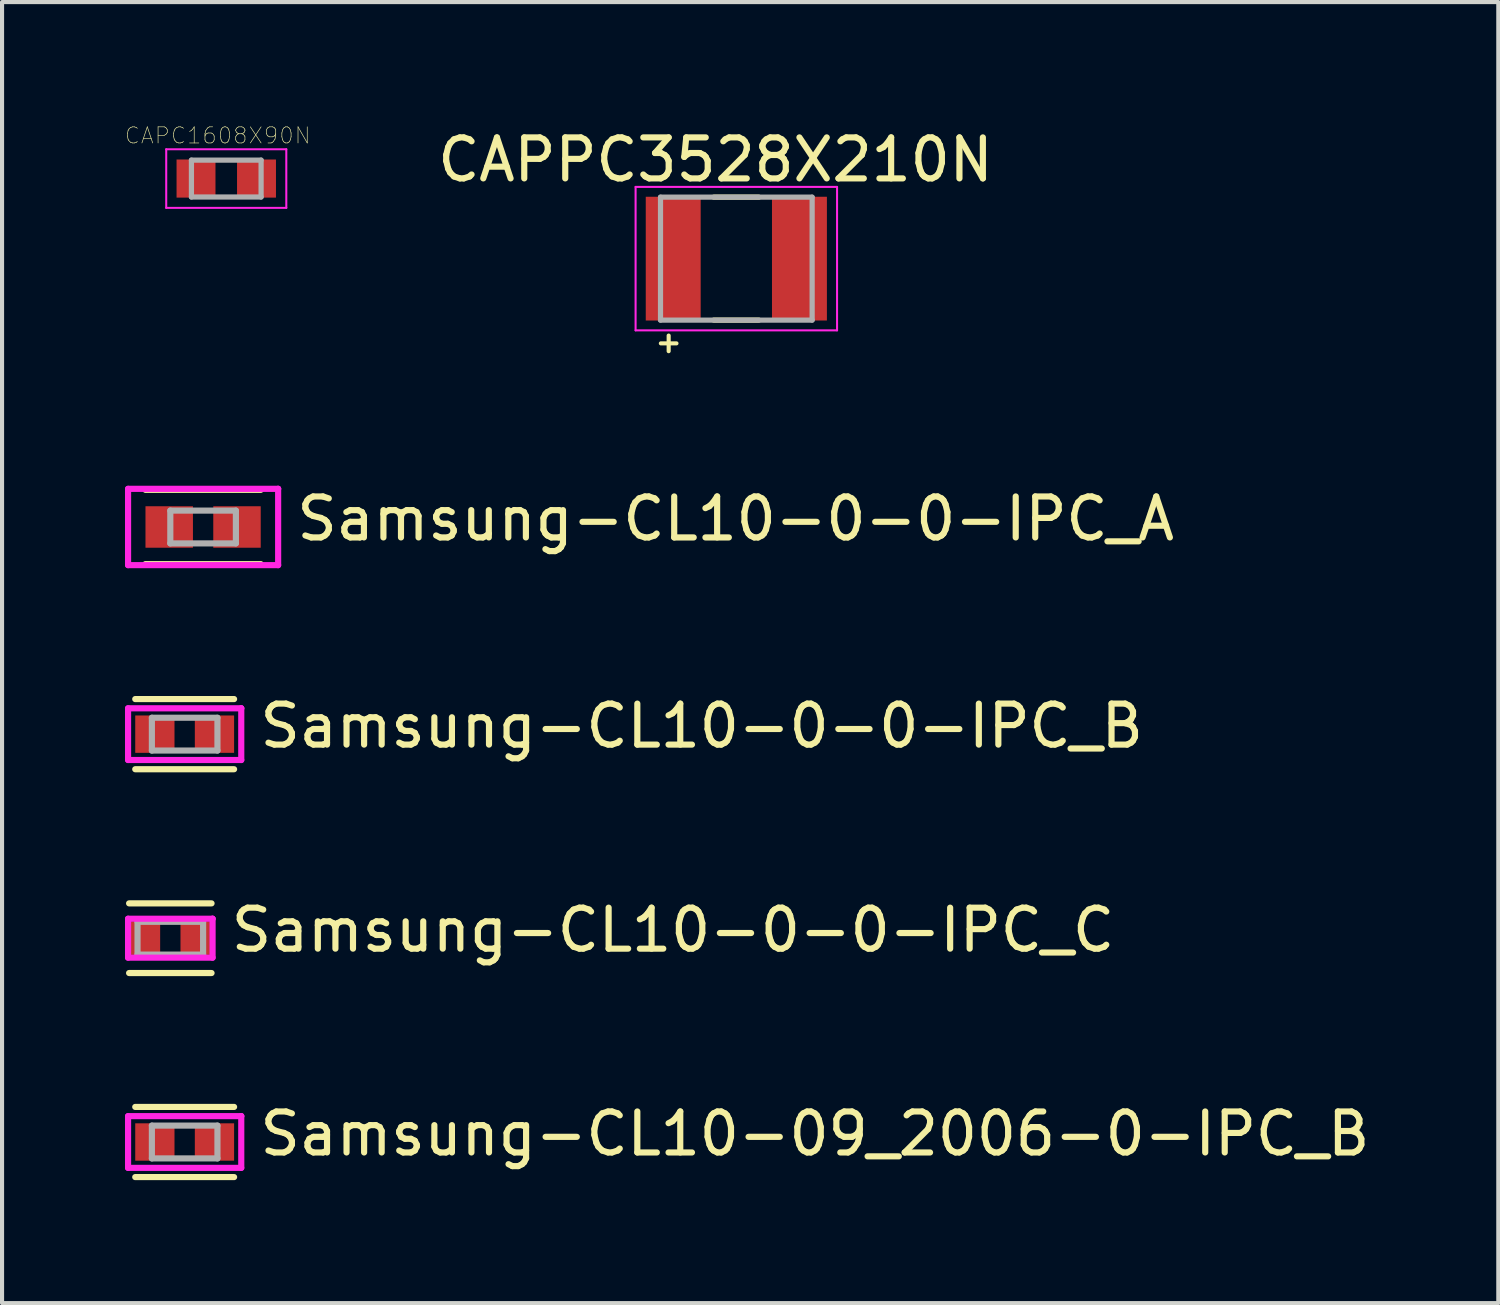
<source format=kicad_pcb>
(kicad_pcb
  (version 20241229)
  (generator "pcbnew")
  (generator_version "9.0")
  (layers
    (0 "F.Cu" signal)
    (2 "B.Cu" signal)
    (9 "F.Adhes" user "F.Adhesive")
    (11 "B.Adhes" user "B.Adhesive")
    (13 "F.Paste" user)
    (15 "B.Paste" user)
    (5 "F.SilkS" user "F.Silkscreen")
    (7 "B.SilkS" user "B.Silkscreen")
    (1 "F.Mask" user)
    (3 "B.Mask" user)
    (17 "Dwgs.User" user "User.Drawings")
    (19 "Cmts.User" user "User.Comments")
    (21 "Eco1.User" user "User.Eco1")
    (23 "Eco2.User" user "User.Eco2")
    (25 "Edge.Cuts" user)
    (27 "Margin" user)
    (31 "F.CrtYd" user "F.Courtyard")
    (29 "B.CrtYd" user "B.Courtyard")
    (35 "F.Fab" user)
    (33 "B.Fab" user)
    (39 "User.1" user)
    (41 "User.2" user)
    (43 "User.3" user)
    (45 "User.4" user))
  (footprint "Samsung-CL10-09_2006-0-IPC_B"
    (layer "F.Cu")
    (at 1.456 24.816)
    (property "Reference" "Samsung-CL10-09_2006-0-IPC_B" (at 1.756 -0.2 0) (layer "F.SilkS") (effects (font (size 1 1) (thickness 0.15)) (justify left)))
    (attr through_hole)
    (fp_line (start -1.206 -0.856) (end 1.206 -0.856) (stroke (width 0.15) (type solid)) (layer "F.SilkS"))
    (fp_line (start -1.206 0.856) (end 1.206 0.856) (stroke (width 0.15) (type solid)) (layer "F.SilkS"))
    (fp_line (start -1.381 -0.631) (end -1.381 0.631) (stroke (width 0.15) (type solid)) (layer "F.CrtYd"))
    (fp_line (start -1.381 0.631) (end 1.381 0.631) (stroke (width 0.15) (type solid)) (layer "F.CrtYd"))
    (fp_line (start 1.381 -0.631) (end -1.381 -0.631) (stroke (width 0.15) (type solid)) (layer "F.CrtYd"))
    (fp_line (start 1.381 -0.631) (end 1.381 -0.631) (stroke (width 0.15) (type solid)) (layer "F.CrtYd"))
    (fp_line (start 1.381 0.631) (end 1.381 -0.631) (stroke (width 0.15) (type solid)) (layer "F.CrtYd"))
    (fp_line (start -0.8 -0.4) (end 0.8 -0.4) (stroke (width 0.15) (type solid)) (layer "F.Fab"))
    (fp_line (start -0.8 0.4) (end -0.8 -0.4) (stroke (width 0.15) (type solid)) (layer "F.Fab"))
    (fp_line (start 0.8 -0.4) (end 0.8 0.4) (stroke (width 0.15) (type solid)) (layer "F.Fab"))
    (fp_line (start 0.8 0.4) (end -0.8 0.4) (stroke (width 0.15) (type solid)) (layer "F.Fab"))
    (pad "1" smd rect (at -0.727 0) (size 0.958 0.912) (layers "F.Cu" "F.Mask" "F.Paste"))
    (pad "2" smd rect (at 0.727 0) (size 0.958 0.912) (layers "F.Cu" "F.Mask" "F.Paste")))
  (footprint "Samsung-CL10-0-0-IPC_A"
    (layer "F.Cu")
    (at 1.906 9.809)
    (property "Reference" "Samsung-CL10-0-0-IPC_A" (at 2.206 -0.2 0) (layer "F.SilkS") (effects (font (size 1 1) (thickness 0.15)) (justify left)))
    (attr through_hole)
    (fp_line (start -1.406 -0.906) (end 1.406 -0.906) (stroke (width 0.15) (type solid)) (layer "F.SilkS"))
    (fp_line (start -1.406 0.906) (end 1.406 0.906) (stroke (width 0.15) (type solid)) (layer "F.SilkS"))
    (fp_line (start -1.831 -0.931) (end -1.831 0.931) (stroke (width 0.15) (type solid)) (layer "F.CrtYd"))
    (fp_line (start -1.831 0.931) (end 1.831 0.931) (stroke (width 0.15) (type solid)) (layer "F.CrtYd"))
    (fp_line (start 1.831 -0.931) (end -1.831 -0.931) (stroke (width 0.15) (type solid)) (layer "F.CrtYd"))
    (fp_line (start 1.831 -0.931) (end 1.831 -0.931) (stroke (width 0.15) (type solid)) (layer "F.CrtYd"))
    (fp_line (start 1.831 0.931) (end 1.831 -0.931) (stroke (width 0.15) (type solid)) (layer "F.CrtYd"))
    (fp_line (start -0.8 -0.4) (end 0.8 -0.4) (stroke (width 0.15) (type solid)) (layer "F.Fab"))
    (fp_line (start -0.8 0.4) (end -0.8 -0.4) (stroke (width 0.15) (type solid)) (layer "F.Fab"))
    (fp_line (start 0.8 -0.4) (end 0.8 0.4) (stroke (width 0.15) (type solid)) (layer "F.Fab"))
    (fp_line (start 0.8 0.4) (end -0.8 0.4) (stroke (width 0.15) (type solid)) (layer "F.Fab"))
    (pad "1" smd rect (at -0.827 0) (size 1.158 1.012) (layers "F.Cu" "F.Mask" "F.Paste"))
    (pad "2" smd rect (at 0.827 0) (size 1.158 1.012) (layers "F.Cu" "F.Mask" "F.Paste")))
  (footprint "CAPC1608X90N"
    (layer "F.Cu")
    (at 2.471 1.307)
    (property "Reference" "CAPC1608X90N" (at -0.21 -1.05 0) (layer "F.SilkS") (effects (font (size 0.394 0.394) (thickness 0.015))))
    (attr through_hole)
    (fp_line (start -1.465 -0.715) (end 1.465 -0.715) (stroke (width 0.05) (type solid)) (layer "F.CrtYd"))
    (fp_line (start -1.465 0.715) (end -1.465 -0.715) (stroke (width 0.05) (type solid)) (layer "F.CrtYd"))
    (fp_line (start -1.465 0.715) (end 1.465 0.715) (stroke (width 0.05) (type solid)) (layer "F.CrtYd"))
    (fp_line (start 1.465 0.715) (end 1.465 -0.715) (stroke (width 0.05) (type solid)) (layer "F.CrtYd"))
    (fp_line (start -0.85 0.45) (end -0.85 -0.45) (stroke (width 0.127) (type solid)) (layer "F.Fab"))
    (fp_line (start 0.85 -0.45) (end -0.85 -0.45) (stroke (width 0.127) (type solid)) (layer "F.Fab"))
    (fp_line (start 0.85 0.45) (end -0.85 0.45) (stroke (width 0.127) (type solid)) (layer "F.Fab"))
    (fp_line (start 0.85 0.45) (end 0.85 -0.45) (stroke (width 0.127) (type solid)) (layer "F.Fab"))
    (pad "1" smd rect (at -0.738 0) (size 0.95 0.93) (layers "F.Cu" "F.Mask" "F.Paste"))
    (pad "2" smd rect (at 0.738 0) (size 0.95 0.93) (layers "F.Cu" "F.Mask" "F.Paste")))
  (footprint "Samsung-CL10-0-0-IPC_B"
    (layer "F.Cu")
    (at 1.456 14.864)
    (property "Reference" "Samsung-CL10-0-0-IPC_B" (at 1.756 -0.2 0) (layer "F.SilkS") (effects (font (size 1 1) (thickness 0.15)) (justify left)))
    (attr smd)
    (fp_line (start -1.206 -0.856) (end 1.206 -0.856) (stroke (width 0.15) (type solid)) (layer "F.SilkS"))
    (fp_line (start -1.206 0.856) (end 1.206 0.856) (stroke (width 0.15) (type solid)) (layer "F.SilkS"))
    (fp_line (start -1.381 -0.631) (end -1.381 0.631) (stroke (width 0.15) (type solid)) (layer "F.CrtYd"))
    (fp_line (start -1.381 0.631) (end 1.381 0.631) (stroke (width 0.15) (type solid)) (layer "F.CrtYd"))
    (fp_line (start 1.381 -0.631) (end -1.381 -0.631) (stroke (width 0.15) (type solid)) (layer "F.CrtYd"))
    (fp_line (start 1.381 -0.631) (end 1.381 -0.631) (stroke (width 0.15) (type solid)) (layer "F.CrtYd"))
    (fp_line (start 1.381 0.631) (end 1.381 -0.631) (stroke (width 0.15) (type solid)) (layer "F.CrtYd"))
    (fp_line (start -0.8 -0.4) (end 0.8 -0.4) (stroke (width 0.15) (type solid)) (layer "F.Fab"))
    (fp_line (start -0.8 0.4) (end -0.8 -0.4) (stroke (width 0.15) (type solid)) (layer "F.Fab"))
    (fp_line (start 0.8 -0.4) (end 0.8 0.4) (stroke (width 0.15) (type solid)) (layer "F.Fab"))
    (fp_line (start 0.8 0.4) (end -0.8 0.4) (stroke (width 0.15) (type solid)) (layer "F.Fab"))
    (pad "1" smd rect (at -0.727 0) (size 0.958 0.912) (layers "F.Cu" "F.Mask" "F.Paste"))
    (pad "2" smd rect (at 0.727 0) (size 0.958 0.912) (layers "F.Cu" "F.Mask" "F.Paste")))
  (footprint "CAPPC3528X210N"
    (layer "F.Cu")
    (at 14.917 3.261)
    (property "Reference" "CAPPC3528X210N" (at -0.508 -2.413 0) (layer "F.SilkS") (effects (font (size 1 1) (thickness 0.15))))
    (attr smd)
    (fp_line (start -0.55 -1.5) (end 0.55 -1.5) (stroke (width 0.127) (type solid)) (layer "F.SilkS"))
    (fp_line (start -0.55 1.5) (end 0.55 1.5) (stroke (width 0.127) (type solid)) (layer "F.SilkS"))
    (fp_line (start -2.458 -1.75) (end 2.458 -1.75) (stroke (width 0.05) (type solid)) (layer "F.CrtYd"))
    (fp_line (start -2.458 1.75) (end -2.458 -1.75) (stroke (width 0.05) (type solid)) (layer "F.CrtYd"))
    (fp_line (start -2.458 1.75) (end 2.458 1.75) (stroke (width 0.05) (type solid)) (layer "F.CrtYd"))
    (fp_line (start 2.458 1.75) (end 2.458 -1.75) (stroke (width 0.05) (type solid)) (layer "F.CrtYd"))
    (fp_line (start -1.85 1.5) (end -1.85 -1.5) (stroke (width 0.127) (type solid)) (layer "F.Fab"))
    (fp_line (start 1.85 -1.5) (end -1.85 -1.5) (stroke (width 0.127) (type solid)) (layer "F.Fab"))
    (fp_line (start 1.85 1.5) (end -1.85 1.5) (stroke (width 0.127) (type solid)) (layer "F.Fab"))
    (fp_line (start 1.85 1.5) (end 1.85 -1.5) (stroke (width 0.127) (type solid)) (layer "F.Fab"))
    (fp_text user "+" (at -1.651 2.032 0) (layer "F.SilkS") (effects (font (size 0.5 0.5) (thickness 0.1))))
    (pad "1" smd rect (at -1.54 0) (size 1.34 3.02) (layers "F.Cu" "F.Mask" "F.Paste"))
    (pad "2" smd rect (at 1.54 0) (size 1.34 3.02) (layers "F.Cu" "F.Mask" "F.Paste")))
  (footprint "Samsung-CL10-0-0-IPC_C"
    (layer "F.Cu")
    (at 1.106 19.843)
    (property "Reference" "Samsung-CL10-0-0-IPC_C" (at 1.406 -0.2 0) (layer "F.SilkS") (effects (font (size 1 1) (thickness 0.15)) (justify left)))
    (attr smd)
    (fp_line (start -1.006 -0.85) (end 1.006 -0.85) (stroke (width 0.15) (type solid)) (layer "F.SilkS"))
    (fp_line (start -1.006 0.85) (end 1.006 0.85) (stroke (width 0.15) (type solid)) (layer "F.SilkS"))
    (fp_line (start -1.031 -0.475) (end -1.031 0.475) (stroke (width 0.15) (type solid)) (layer "F.CrtYd"))
    (fp_line (start -1.031 0.475) (end 1.031 0.475) (stroke (width 0.15) (type solid)) (layer "F.CrtYd"))
    (fp_line (start 1.031 -0.475) (end -1.031 -0.475) (stroke (width 0.15) (type solid)) (layer "F.CrtYd"))
    (fp_line (start 1.031 -0.475) (end 1.031 -0.475) (stroke (width 0.15) (type solid)) (layer "F.CrtYd"))
    (fp_line (start 1.031 0.475) (end 1.031 -0.475) (stroke (width 0.15) (type solid)) (layer "F.CrtYd"))
    (fp_line (start -0.8 -0.4) (end 0.8 -0.4) (stroke (width 0.15) (type solid)) (layer "F.Fab"))
    (fp_line (start -0.8 0.4) (end -0.8 -0.4) (stroke (width 0.15) (type solid)) (layer "F.Fab"))
    (fp_line (start 0.8 -0.4) (end 0.8 0.4) (stroke (width 0.15) (type solid)) (layer "F.Fab"))
    (fp_line (start 0.8 0.4) (end -0.8 0.4) (stroke (width 0.15) (type solid)) (layer "F.Fab"))
    (pad "1" smd rect (at -0.627 0) (size 0.758 0.812) (layers "F.Cu" "F.Mask" "F.Paste"))
    (pad "2" smd rect (at 0.627 0) (size 0.758 0.812) (layers "F.Cu" "F.Mask" "F.Paste")))
  (gr_rect
    (start -3 -3)
    (end 33.51 28.747)
    (stroke (width 0.1) (type default))
    (fill no)
    (layer "Edge.Cuts")))
</source>
